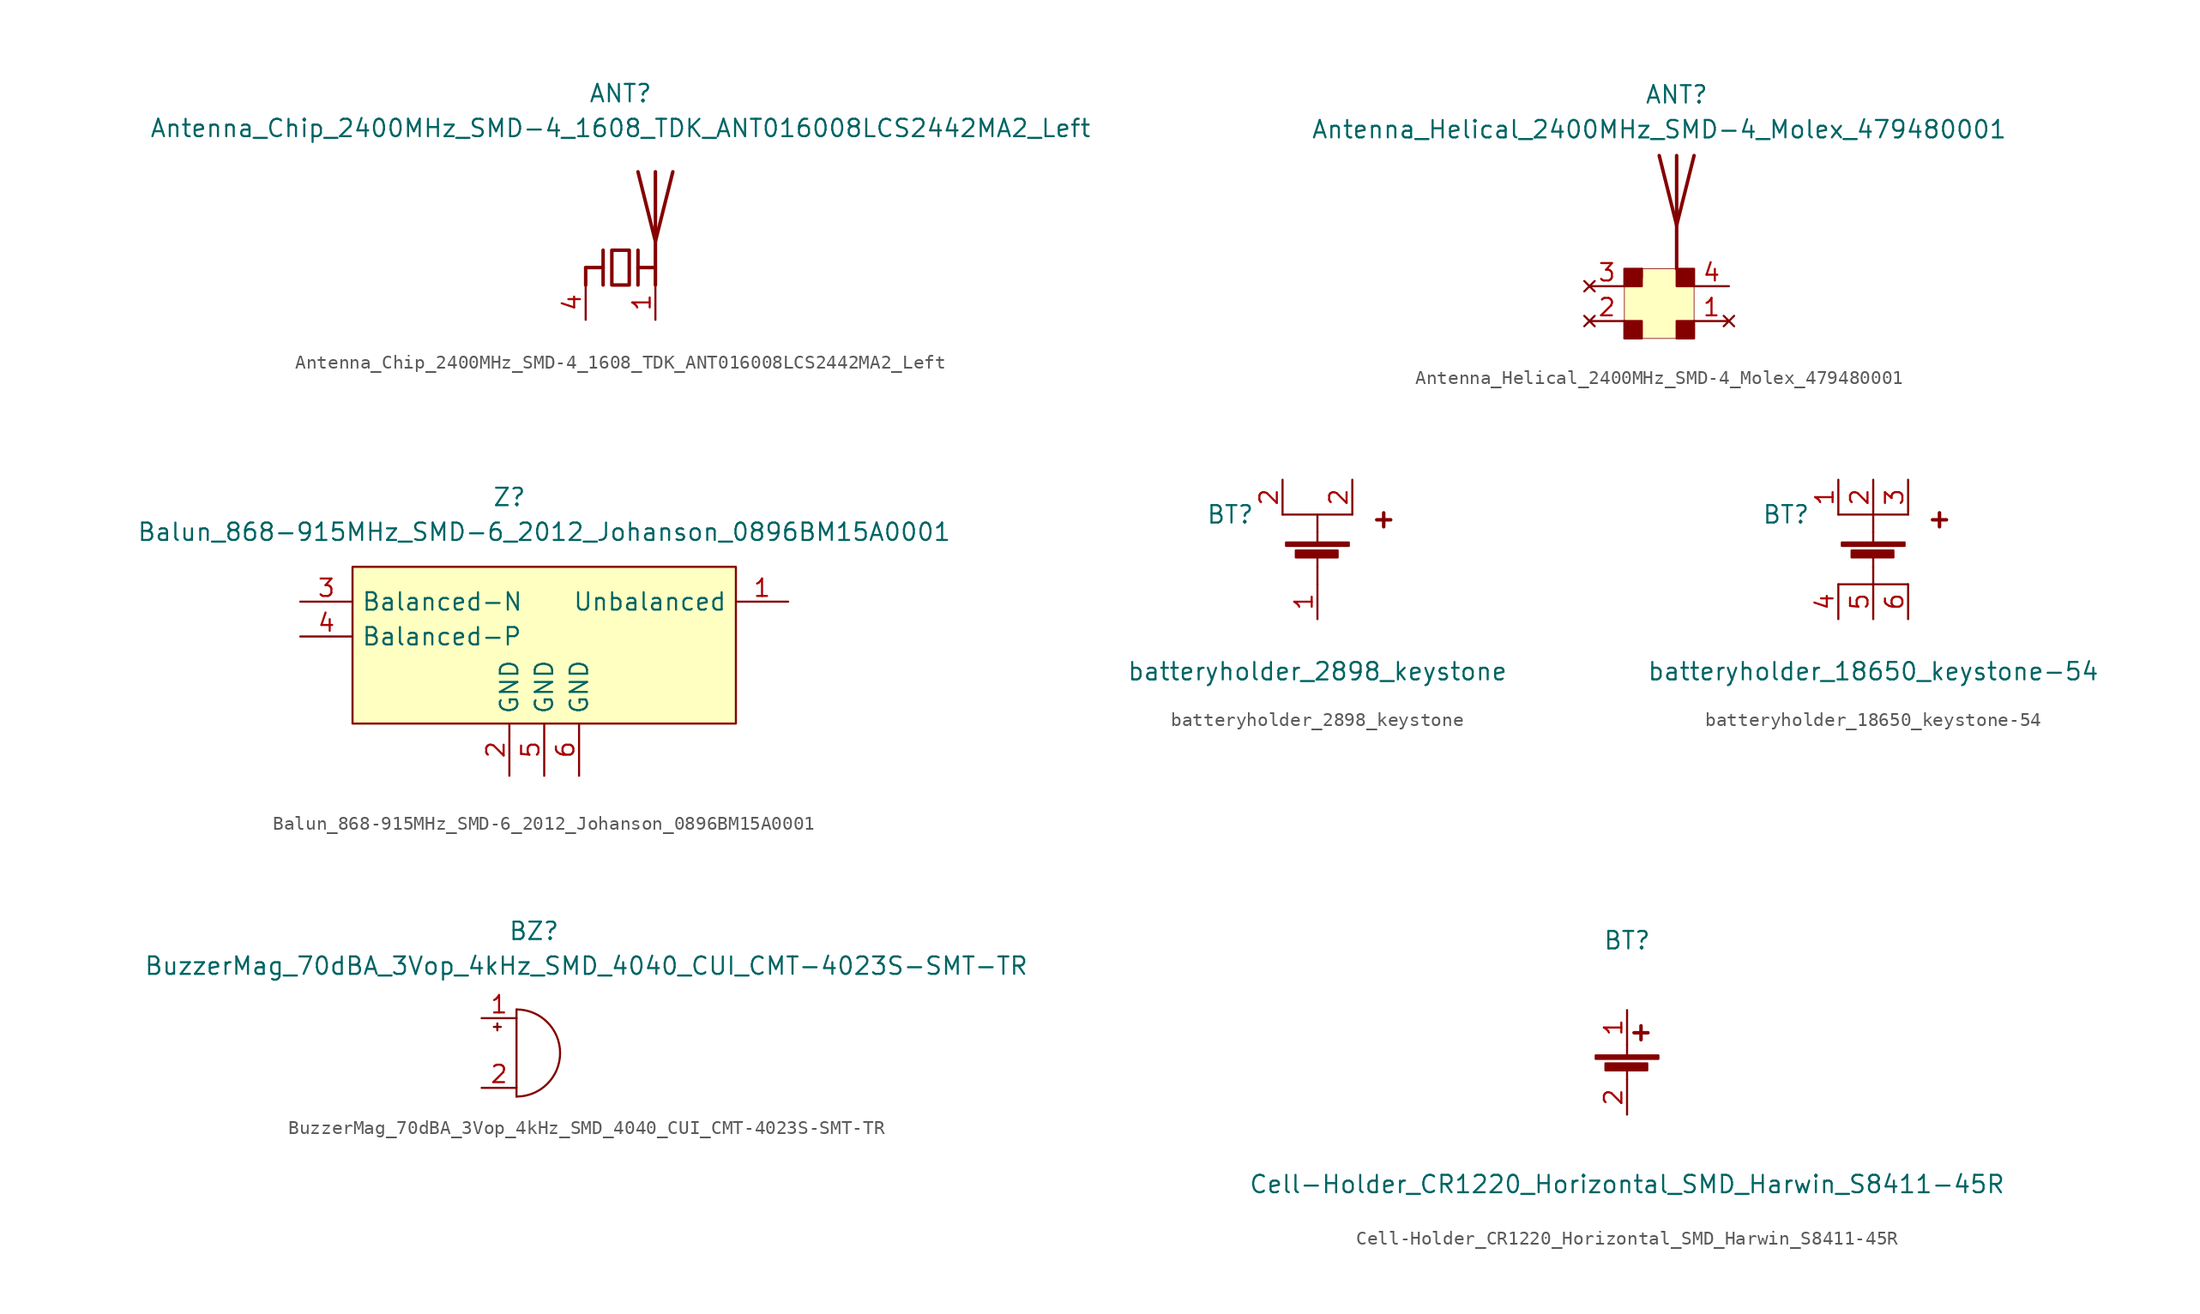
<source format=kicad_sym>
(kicad_symbol_lib
  (version 20211014)
  (generator kicad_symbol_editor)
  (symbol "Antenna_Chip_2400MHz_SMD-4_1608_TDK_ANT016008LCS2442MA2_Left"
    (pin_names
      (offset 0.635) hide)
    (property "Reference" "ANT"
      (at 0 12.7 0)
      (effects (font (size 1.27 1.27))))
    (property "Value" "Antenna_Chip_2400MHz_SMD-4_1608_TDK_ANT016008LCS2442MA2_Left"
      (at 0 10.16 0)
      (effects (font (size 1.27 1.27))))
    (symbol "Antenna_Chip_2400MHz_SMD-4_1608_TDK_ANT016008LCS2442MA2_Left_0_0"
      (pin no_connect line (at -1.27 -2.54 90) (length 2.54) hide (name "NC" (effects (font (size 1.27 1.27)))) (number "2" (effects (font (size 1.27 1.27)))))
      (pin no_connect line (at 0 -2.54 90) (length 2.54) hide (name "NC" (effects (font (size 1.27 1.27)))) (number "3" (effects (font (size 1.27 1.27))))))
    (symbol "Antenna_Chip_2400MHz_SMD-4_1608_TDK_ANT016008LCS2442MA2_Left_1_1"
      (polyline (pts (xy -2.54 0) (xy -2.54 -1.27)) (stroke (width 0.254) (type default) (color 0 0 0 0)) (fill (type none)))
      (polyline (pts (xy -2.54 0) (xy -1.27 0)) (stroke (width 0.254) (type default) (color 0 0 0 0)) (fill (type none)))
      (polyline (pts (xy 1.27 0) (xy 2.54 0)) (stroke (width 0.254) (type default) (color 0 0 0 0)) (fill (type none)))
      (polyline (pts (xy 1.27 1.27) (xy 1.27 -1.27)) (stroke (width 0.254) (type default) (color 0 0 0 0)) (fill (type none)))
      (polyline (pts (xy 2.54 -0.635) (xy 2.54 0)) (stroke (width 0) (type default) (color 0 0 0 0)) (fill (type none)))
      (polyline (pts (xy 2.54 6.985) (xy 2.54 -1.27)) (stroke (width 0.254) (type default) (color 0 0 0 0)) (fill (type none)))
      (polyline (pts (xy -1.27 1.27) (xy -1.27 -1.27) (xy -1.27 0)) (stroke (width 0.254) (type default) (color 0 0 0 0)) (fill (type none)))
      (polyline (pts (xy 3.81 6.985) (xy 2.54 1.905) (xy 1.27 6.985)) (stroke (width 0.254) (type default) (color 0 0 0 0)) (fill (type none)))
      (polyline (pts (xy -0.635 1.27) (xy 0.635 1.27) (xy 0.635 -1.27) (xy -0.635 -1.27) (xy -0.635 1.27)) (stroke (width 0.254) (type default) (color 0 0 0 0)) (fill (type none)))
      (pin passive line (at 2.54 -3.81 90) (length 2.54) (name "RADIATOR" (effects (font (size 1.27 1.27)))) (number "1" (effects (font (size 1.27 1.27)))))
      (pin bidirectional line (at -2.54 -3.81 90) (length 2.54) (name "FEED" (effects (font (size 1.27 1.27)))) (number "4" (effects (font (size 1.27 1.27)))))))
  (symbol "Antenna_Helical_2400MHz_SMD-4_Molex_479480001"
    (pin_names hide)
    (property "Reference" "ANT"
      (at 1.27 15.24 0)
      (effects (font (size 1.27 1.27))))
    (property "Value" "Antenna_Helical_2400MHz_SMD-4_Molex_479480001"
      (at 0 12.7 0)
      (effects (font (size 1.27 1.27))))
    (symbol "Antenna_Helical_2400MHz_SMD-4_Molex_479480001_0_1"
      (rectangle (start -2.54 2.54) (end 2.54 -2.54) (stroke (width 0.051) (type default) (color 0 0 0 0)) (fill (type background)))
      (rectangle (start 1.27 2.54) (end 2.54 1.27) (stroke (width 0) (type default) (color 0 0 0 0)) (fill (type outline))))
    (symbol "Antenna_Helical_2400MHz_SMD-4_Molex_479480001_1_1"
      (rectangle (start -2.54 -1.27) (end -1.27 -2.54) (stroke (width 0) (type default) (color 0 0 0 0)) (fill (type outline)))
      (rectangle (start -2.54 2.54) (end -1.27 1.27) (stroke (width 0) (type default) (color 0 0 0 0)) (fill (type outline)))
      (polyline (pts (xy -1.27 1.905) (xy -1.27 2.54)) (stroke (width 0) (type default) (color 0 0 0 0)) (fill (type none)))
      (polyline (pts (xy 1.27 10.795) (xy 1.27 2.54)) (stroke (width 0.254) (type default) (color 0 0 0 0)) (fill (type none)))
      (polyline (pts (xy 2.54 10.795) (xy 1.27 5.715) (xy 0 10.795)) (stroke (width 0.254) (type default) (color 0 0 0 0)) (fill (type none)))
      (rectangle (start 1.27 -1.27) (end 2.54 -2.54) (stroke (width 0) (type default) (color 0 0 0 0)) (fill (type outline)))
      (pin no_connect line (at 5.08 -1.27 180) (length 2.54) (name "NC" (effects (font (size 1.27 1.27)))) (number "1" (effects (font (size 1.27 1.27)))))
      (pin no_connect line (at -5.08 -1.27 0) (length 2.54) (name "NC" (effects (font (size 1.27 1.27)))) (number "2" (effects (font (size 1.27 1.27)))))
      (pin no_connect line (at -5.08 1.27 0) (length 2.54) (name "NC" (effects (font (size 1.27 1.27)))) (number "3" (effects (font (size 1.27 1.27)))))
      (pin bidirectional line (at 5.08 1.27 180) (length 2.54) (name "FEED" (effects (font (size 1.27 1.27)))) (number "4" (effects (font (size 1.27 1.27)))))))
  (symbol "Balun_868-915MHz_SMD-6_2012_Johanson_0896BM15A0001"
    (pin_names
      (offset 0.635))
    (property "Reference" "Z"
      (at -2.54 11.43 0)
      (effects (font (size 1.27 1.27))))
    (property "Value" "Balun_868-915MHz_SMD-6_2012_Johanson_0896BM15A0001"
      (at 0 8.89 0)
      (effects (font (size 1.27 1.27))))
    (symbol "Balun_868-915MHz_SMD-6_2012_Johanson_0896BM15A0001_0_0"
      (pin bidirectional line (at 17.78 3.81 180) (length 3.81) (name "Unbalanced" (effects (font (size 1.27 1.27)))) (number "1" (effects (font (size 1.27 1.27)))))
      (pin power_in line (at -2.54 -8.89 90) (length 3.81) (name "GND" (effects (font (size 1.27 1.27)))) (number "2" (effects (font (size 1.27 1.27)))))
      (pin bidirectional line (at -17.78 3.81 0) (length 3.81) (name "Balanced-N" (effects (font (size 1.27 1.27)))) (number "3" (effects (font (size 1.27 1.27)))))
      (pin bidirectional line (at -17.78 1.27 0) (length 3.81) (name "Balanced-P" (effects (font (size 1.27 1.27)))) (number "4" (effects (font (size 1.27 1.27)))))
      (pin passive line (at 0 -8.89 90) (length 3.81) (name "GND" (effects (font (size 1.27 1.27)))) (number "5" (effects (font (size 1.27 1.27)))))
      (pin passive line (at 2.54 -8.89 90) (length 3.81) (name "GND" (effects (font (size 1.27 1.27)))) (number "6" (effects (font (size 1.27 1.27))))))
    (symbol "Balun_868-915MHz_SMD-6_2012_Johanson_0896BM15A0001_0_1"
      (rectangle (start -13.97 -5.08) (end 13.97 6.35) (stroke (width 0) (type default) (color 0 0 0 0)) (fill (type background)))))
  (symbol "batteryholder_2898_keystone"
    (pin_names
      (offset 1.27) hide)
    (property "Reference" "BT"
      (at -6.35 2.54 0)
      (effects (font (size 1.27 1.27))))
    (property "Value" "batteryholder_2898_keystone"
      (at 0 -8.89 0)
      (effects (font (size 1.27 1.27))))
    (symbol "batteryholder_2898_keystone_0_0"
      (pin passive line (at 0 -5.08 90) (length 2.54) (name "-" (effects (font (size 1.27 1.27)))) (number "1" (effects (font (size 1.27 1.27))))))
    (symbol "batteryholder_2898_keystone_0_1"
      (rectangle (start 0 -2.54) (end 0 -1.27) (stroke (width 0) (type default) (color 0 0 0 0)) (fill (type none)))
      (polyline (pts (xy -2.54 2.54) (xy 2.54 2.54)) (stroke (width 0) (type default) (color 0 0 0 0)) (fill (type none)))
      (rectangle (start 0 1.27) (end 0 2.54) (stroke (width 0) (type default) (color 0 0 0 0)) (fill (type none))))
    (symbol "batteryholder_2898_keystone_1_1"
      (rectangle (start -2.286 0.508) (end 2.286 0.254) (stroke (width 0) (type default) (color 0 0 0 0)) (fill (type outline)))
      (rectangle (start -1.575 -0.076) (end 1.473 -0.584) (stroke (width 0) (type default) (color 0 0 0 0)) (fill (type outline)))
      (polyline (pts (xy 0 -0.508) (xy 0 -1.27)) (stroke (width 0) (type default) (color 0 0 0 0)) (fill (type none)))
      (polyline (pts (xy 0 0.508) (xy 0 1.27)) (stroke (width 0) (type default) (color 0 0 0 0)) (fill (type none)))
      (polyline (pts (xy 4.318 2.159) (xy 5.334 2.159)) (stroke (width 0.254) (type default) (color 0 0 0 0)) (fill (type none)))
      (polyline (pts (xy 4.826 2.667) (xy 4.826 1.651)) (stroke (width 0.254) (type default) (color 0 0 0 0)) (fill (type none)))
      (pin passive line (at -2.54 5.08 270) (length 2.54) (name "+" (effects (font (size 1.27 1.27)))) (number "2" (effects (font (size 1.27 1.27)))))
      (pin passive line (at 2.54 5.08 270) (length 2.54) (name "+" (effects (font (size 1.27 1.27)))) (number "2" (effects (font (size 1.27 1.27)))))))
  (symbol "batteryholder_18650_keystone-54"
    (pin_names
      (offset 1.27) hide)
    (property "Reference" "BT"
      (at -6.35 2.54 0)
      (effects (font (size 1.27 1.27))))
    (property "Value" "batteryholder_18650_keystone-54"
      (at 0 -8.89 0)
      (effects (font (size 1.27 1.27))))
    (symbol "batteryholder_18650_keystone-54_0_0"
      (pin passive line (at 2.54 5.08 270) (length 2.54) (name "+" (effects (font (size 1.27 1.27)))) (number "3" (effects (font (size 1.27 1.27)))))
      (pin passive line (at -2.54 -5.08 90) (length 2.54) (name "-" (effects (font (size 1.27 1.27)))) (number "4" (effects (font (size 1.27 1.27)))))
      (pin passive line (at 0 -5.08 90) (length 2.54) (name "-" (effects (font (size 1.27 1.27)))) (number "5" (effects (font (size 1.27 1.27)))))
      (pin passive line (at 2.54 -5.08 90) (length 2.54) (name "-" (effects (font (size 1.27 1.27)))) (number "6" (effects (font (size 1.27 1.27))))))
    (symbol "batteryholder_18650_keystone-54_0_1"
      (rectangle (start 0 -2.54) (end 0 -1.27) (stroke (width 0) (type default) (color 0 0 0 0)) (fill (type none)))
      (polyline (pts (xy -2.54 -2.54) (xy 2.54 -2.54)) (stroke (width 0) (type default) (color 0 0 0 0)) (fill (type none)))
      (polyline (pts (xy 2.54 2.54) (xy -2.54 2.54)) (stroke (width 0) (type default) (color 0 0 0 0)) (fill (type none)))
      (rectangle (start 0 1.27) (end 0 2.54) (stroke (width 0) (type default) (color 0 0 0 0)) (fill (type none))))
    (symbol "batteryholder_18650_keystone-54_1_1"
      (rectangle (start -2.286 0.508) (end 2.286 0.254) (stroke (width 0) (type default) (color 0 0 0 0)) (fill (type outline)))
      (rectangle (start -1.575 -0.076) (end 1.473 -0.584) (stroke (width 0) (type default) (color 0 0 0 0)) (fill (type outline)))
      (polyline (pts (xy 0 -0.508) (xy 0 -1.27)) (stroke (width 0) (type default) (color 0 0 0 0)) (fill (type none)))
      (polyline (pts (xy 0 0.508) (xy 0 1.27)) (stroke (width 0) (type default) (color 0 0 0 0)) (fill (type none)))
      (polyline (pts (xy 4.318 2.159) (xy 5.334 2.159)) (stroke (width 0.254) (type default) (color 0 0 0 0)) (fill (type none)))
      (polyline (pts (xy 4.826 2.667) (xy 4.826 1.651)) (stroke (width 0.254) (type default) (color 0 0 0 0)) (fill (type none)))
      (pin passive line (at -2.54 5.08 270) (length 2.54) (name "+" (effects (font (size 1.27 1.27)))) (number "1" (effects (font (size 1.27 1.27)))))
      (pin passive line (at 0 5.08 270) (length 2.54) (name "+" (effects (font (size 1.27 1.27)))) (number "2" (effects (font (size 1.27 1.27)))))))
  (symbol "BuzzerMag_70dBA_3Vop_4kHz_SMD_4040_CUI_CMT-4023S-SMT-TR"
    (pin_names
      (offset 1.27) hide)
    (property "Reference" "BZ"
      (at 1.27 8.89 0)
      (effects (font (size 1.27 1.27))))
    (property "Value" "BuzzerMag_70dBA_3Vop_4kHz_SMD_4040_CUI_CMT-4023S-SMT-TR"
      (at 5.08 6.35 0)
      (effects (font (size 1.27 1.27))))
    (symbol "BuzzerMag_70dBA_3Vop_4kHz_SMD_4040_CUI_CMT-4023S-SMT-TR_1_1"
      (arc (start 0 -3.175) (mid 3.175 0) (end 0 3.175) (stroke (width 0) (type default) (color 0 0 0 0)) (fill (type none)))
      (polyline (pts (xy -1.651 1.905) (xy -1.143 1.905)) (stroke (width 0) (type default) (color 0 0 0 0)) (fill (type none)))
      (polyline (pts (xy -1.397 2.159) (xy -1.397 1.651)) (stroke (width 0) (type default) (color 0 0 0 0)) (fill (type none)))
      (polyline (pts (xy 0 3.175) (xy 0 -3.175)) (stroke (width 0) (type default) (color 0 0 0 0)) (fill (type none)))
      (pin passive line (at -2.54 2.54 0) (length 2.54) (name "+" (effects (font (size 1.27 1.27)))) (number "1" (effects (font (size 1.27 1.27)))))
      (pin passive line (at -2.54 -2.54 0) (length 2.54) (name "-" (effects (font (size 1.27 1.27)))) (number "2" (effects (font (size 1.27 1.27)))))))
  (symbol "Cell-Holder_CR1220_Horizontal_SMD_Harwin_S8411-45R"
    (pin_names
      (offset 1.27) hide)
    (property "Reference" "BT"
      (at 0 8.89 0)
      (effects (font (size 1.27 1.27))))
    (property "Value" "Cell-Holder_CR1220_Horizontal_SMD_Harwin_S8411-45R"
      (at 0 -8.89 0)
      (effects (font (size 1.27 1.27))))
    (symbol "Cell-Holder_CR1220_Horizontal_SMD_Harwin_S8411-45R_1_1"
      (rectangle (start -2.286 0.508) (end 2.286 0.254) (stroke (width 0) (type default) (color 0 0 0 0)) (fill (type outline)))
      (rectangle (start -1.575 -0.076) (end 1.473 -0.584) (stroke (width 0) (type default) (color 0 0 0 0)) (fill (type outline)))
      (polyline (pts (xy 0 -0.508) (xy 0 -1.27)) (stroke (width 0) (type default) (color 0 0 0 0)) (fill (type none)))
      (polyline (pts (xy 0 0.508) (xy 0 1.27)) (stroke (width 0) (type default) (color 0 0 0 0)) (fill (type none)))
      (polyline (pts (xy 0.508 2.159) (xy 1.524 2.159)) (stroke (width 0.254) (type default) (color 0 0 0 0)) (fill (type none)))
      (polyline (pts (xy 1.016 2.667) (xy 1.016 1.651)) (stroke (width 0.254) (type default) (color 0 0 0 0)) (fill (type none)))
      (pin passive line (at 0 3.81 270) (length 2.54) (name "+" (effects (font (size 1.27 1.27)))) (number "1" (effects (font (size 1.27 1.27)))))
      (pin passive line (at 0 -3.81 90) (length 2.54) (name "-" (effects (font (size 1.27 1.27)))) (number "2" (effects (font (size 1.27 1.27))))))))
</source>
